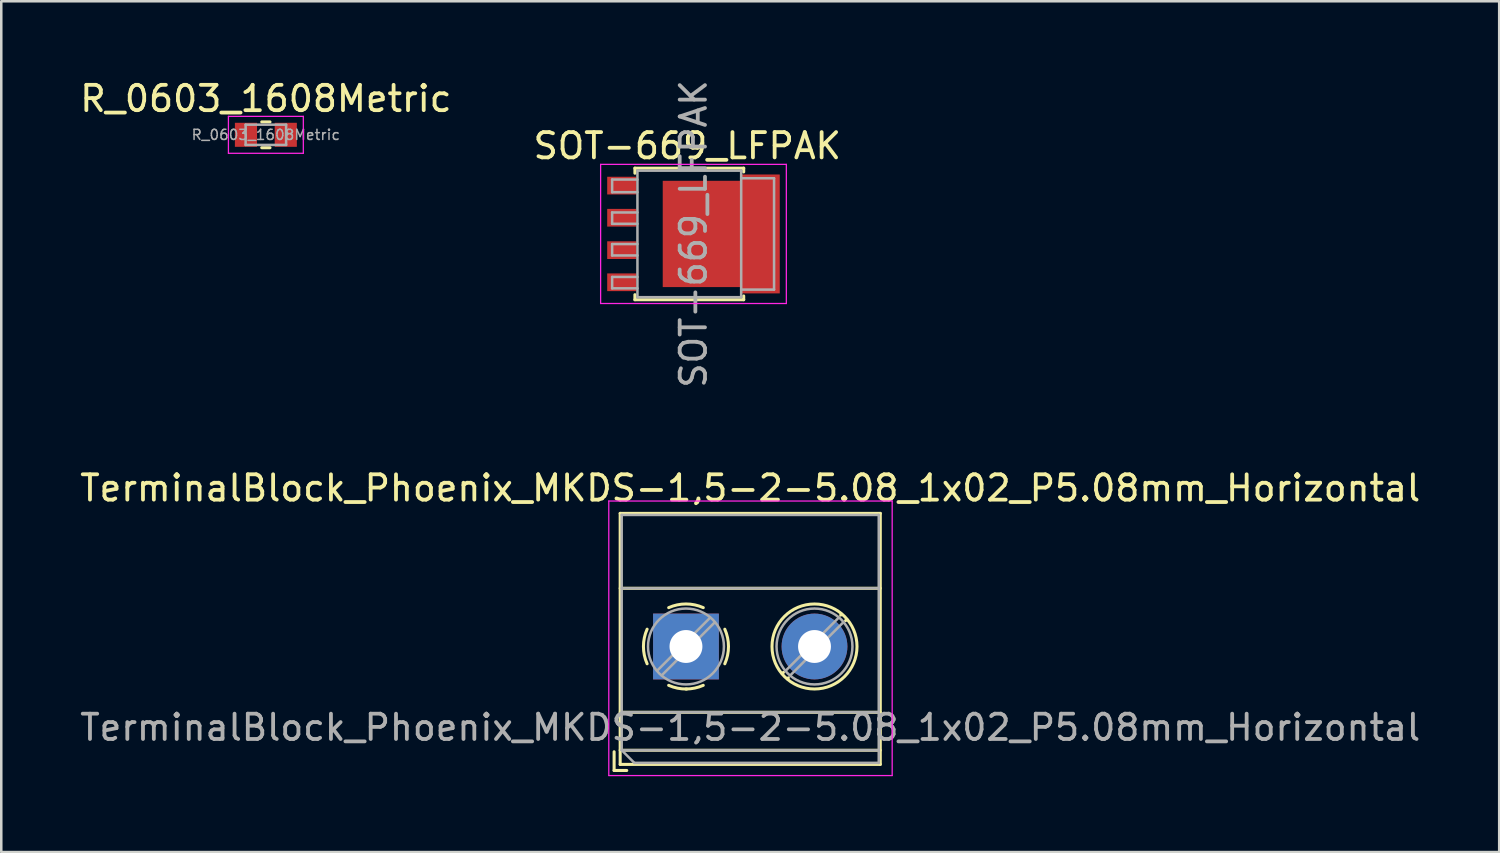
<source format=kicad_pcb>
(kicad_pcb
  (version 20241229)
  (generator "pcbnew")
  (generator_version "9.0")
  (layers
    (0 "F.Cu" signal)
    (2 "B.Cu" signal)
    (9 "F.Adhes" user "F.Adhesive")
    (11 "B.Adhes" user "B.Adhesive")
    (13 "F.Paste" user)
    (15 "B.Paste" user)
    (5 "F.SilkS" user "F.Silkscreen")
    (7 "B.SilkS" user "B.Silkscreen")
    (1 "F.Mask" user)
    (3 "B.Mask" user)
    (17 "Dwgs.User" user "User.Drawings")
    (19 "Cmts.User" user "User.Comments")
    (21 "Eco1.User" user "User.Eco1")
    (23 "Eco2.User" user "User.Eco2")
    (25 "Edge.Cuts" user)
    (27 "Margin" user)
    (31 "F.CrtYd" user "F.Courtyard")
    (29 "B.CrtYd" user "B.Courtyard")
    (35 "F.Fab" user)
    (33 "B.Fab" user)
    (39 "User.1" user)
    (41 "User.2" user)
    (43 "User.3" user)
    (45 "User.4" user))
  (footprint "TerminalBlock_Phoenix_MKDS-1,5-2-5.08_1x02_P5.08mm_Horizontal"
    (layer "F.Cu")
    (at 24.061 22.501)
    (property "Reference" "TerminalBlock_Phoenix_MKDS-1,5-2-5.08_1x02_P5.08mm_Horizontal" (at 2.54 -6.26 0) (layer "F.SilkS") (effects (font (size 1 1) (thickness 0.15))))
    (attr through_hole)
    (fp_line (start -2.84 4.16) (end -2.84 4.9) (stroke (width 0.12) (type solid)) (layer "F.SilkS"))
    (fp_line (start -2.84 4.9) (end -2.34 4.9) (stroke (width 0.12) (type solid)) (layer "F.SilkS"))
    (fp_line (start -2.6 -5.261) (end -2.6 4.66) (stroke (width 0.12) (type solid)) (layer "F.SilkS"))
    (fp_line (start -2.6 -5.261) (end 7.68 -5.261) (stroke (width 0.12) (type solid)) (layer "F.SilkS"))
    (fp_line (start -2.6 -2.301) (end 7.68 -2.301) (stroke (width 0.12) (type solid)) (layer "F.SilkS"))
    (fp_line (start -2.6 2.6) (end 7.68 2.6) (stroke (width 0.12) (type solid)) (layer "F.SilkS"))
    (fp_line (start -2.6 4.1) (end 7.68 4.1) (stroke (width 0.12) (type solid)) (layer "F.SilkS"))
    (fp_line (start -2.6 4.66) (end 7.68 4.66) (stroke (width 0.12) (type solid)) (layer "F.SilkS"))
    (fp_line (start 3.853 1.023) (end 3.806 1.069) (stroke (width 0.12) (type solid)) (layer "F.SilkS"))
    (fp_line (start 4.046 1.239) (end 4.011 1.274) (stroke (width 0.12) (type solid)) (layer "F.SilkS"))
    (fp_line (start 6.15 -1.275) (end 6.115 -1.239) (stroke (width 0.12) (type solid)) (layer "F.SilkS"))
    (fp_line (start 6.355 -1.069) (end 6.308 -1.023) (stroke (width 0.12) (type solid)) (layer "F.SilkS"))
    (fp_line (start 7.68 -5.261) (end 7.68 4.66) (stroke (width 0.12) (type solid)) (layer "F.SilkS"))
    (fp_arc (start -1.535427 0.683042) (mid -1.680501 -0.000524) (end -1.535 -0.684) (stroke (width 0.12) (type solid)) (layer "F.SilkS"))
    (fp_arc (start -0.683042 -1.535427) (mid 0.000524 -1.680501) (end 0.684 -1.535) (stroke (width 0.12) (type solid)) (layer "F.SilkS"))
    (fp_arc (start 0.028805 1.680253) (mid -0.335551 1.646659) (end -0.684 1.535) (stroke (width 0.12) (type solid)) (layer "F.SilkS"))
    (fp_arc (start 0.683318 1.534756) (mid 0.349292 1.643288) (end 0 1.68) (stroke (width 0.12) (type solid)) (layer "F.SilkS"))
    (fp_arc (start 1.535427 -0.683042) (mid 1.680501 0.000524) (end 1.535 0.684) (stroke (width 0.12) (type solid)) (layer "F.SilkS"))
    (fp_circle (center 5.08 0) (end 6.76 0) (stroke (width 0.12) (type solid)) (fill no) (layer "F.SilkS"))
    (fp_line (start -3.05 -5.75) (end -3.05 5.1) (stroke (width 0.05) (type solid)) (layer "F.CrtYd"))
    (fp_line (start -3.05 5.1) (end 8.15 5.1) (stroke (width 0.05) (type solid)) (layer "F.CrtYd"))
    (fp_line (start 8.15 -5.75) (end -3.05 -5.75) (stroke (width 0.05) (type solid)) (layer "F.CrtYd"))
    (fp_line (start 8.15 5.1) (end 8.15 -5.75) (stroke (width 0.05) (type solid)) (layer "F.CrtYd"))
    (fp_line (start -2.54 -5.2) (end 7.62 -5.2) (stroke (width 0.1) (type solid)) (layer "F.Fab"))
    (fp_line (start -2.54 -2.3) (end 7.62 -2.3) (stroke (width 0.1) (type solid)) (layer "F.Fab"))
    (fp_line (start -2.54 2.6) (end 7.62 2.6) (stroke (width 0.1) (type solid)) (layer "F.Fab"))
    (fp_line (start -2.54 4.1) (end -2.54 -5.2) (stroke (width 0.1) (type solid)) (layer "F.Fab"))
    (fp_line (start -2.54 4.1) (end 7.62 4.1) (stroke (width 0.1) (type solid)) (layer "F.Fab"))
    (fp_line (start -2.04 4.6) (end -2.54 4.1) (stroke (width 0.1) (type solid)) (layer "F.Fab"))
    (fp_line (start 0.955 -1.138) (end -1.138 0.955) (stroke (width 0.1) (type solid)) (layer "F.Fab"))
    (fp_line (start 1.138 -0.955) (end -0.955 1.138) (stroke (width 0.1) (type solid)) (layer "F.Fab"))
    (fp_line (start 6.035 -1.138) (end 3.943 0.955) (stroke (width 0.1) (type solid)) (layer "F.Fab"))
    (fp_line (start 6.218 -0.955) (end 4.126 1.138) (stroke (width 0.1) (type solid)) (layer "F.Fab"))
    (fp_line (start 7.62 -5.2) (end 7.62 4.6) (stroke (width 0.1) (type solid)) (layer "F.Fab"))
    (fp_line (start 7.62 4.6) (end -2.04 4.6) (stroke (width 0.1) (type solid)) (layer "F.Fab"))
    (fp_circle (center 0 0) (end 1.5 0) (stroke (width 0.1) (type solid)) (fill no) (layer "F.Fab"))
    (fp_circle (center 5.08 0) (end 6.58 0) (stroke (width 0.1) (type solid)) (fill no) (layer "F.Fab"))
    (fp_text user "${REFERENCE}" (at 2.54 3.2 0) (layer "F.Fab") (effects (font (size 1 1) (thickness 0.15))))
    (pad "1" thru_hole rect (at 0 0) (size 2.6 2.6) (drill 1.3) (layers "*.Cu" "*.Mask"))
    (pad "2" thru_hole circle (at 5.08 0) (size 2.6 2.6) (drill 1.3) (layers "*.Cu" "*.Mask")))
  (footprint "R_0603_1608Metric"
    (layer "F.Cu")
    (at 7.458 2.278)
    (property "Reference" "R_0603_1608Metric" (at 0 -1.43 0) (layer "F.SilkS") (effects (font (size 1 1) (thickness 0.15))))
    (attr smd)
    (fp_line (start -0.163 -0.51) (end 0.163 -0.51) (stroke (width 0.12) (type solid)) (layer "F.SilkS"))
    (fp_line (start -0.163 0.51) (end 0.163 0.51) (stroke (width 0.12) (type solid)) (layer "F.SilkS"))
    (fp_line (start -1.48 -0.73) (end 1.48 -0.73) (stroke (width 0.05) (type solid)) (layer "F.CrtYd"))
    (fp_line (start -1.48 0.73) (end -1.48 -0.73) (stroke (width 0.05) (type solid)) (layer "F.CrtYd"))
    (fp_line (start 1.48 -0.73) (end 1.48 0.73) (stroke (width 0.05) (type solid)) (layer "F.CrtYd"))
    (fp_line (start 1.48 0.73) (end -1.48 0.73) (stroke (width 0.05) (type solid)) (layer "F.CrtYd"))
    (fp_line (start -0.8 -0.4) (end 0.8 -0.4) (stroke (width 0.1) (type solid)) (layer "F.Fab"))
    (fp_line (start -0.8 0.4) (end -0.8 -0.4) (stroke (width 0.1) (type solid)) (layer "F.Fab"))
    (fp_line (start 0.8 -0.4) (end 0.8 0.4) (stroke (width 0.1) (type solid)) (layer "F.Fab"))
    (fp_line (start 0.8 0.4) (end -0.8 0.4) (stroke (width 0.1) (type solid)) (layer "F.Fab"))
    (fp_text user "${REFERENCE}" (at 0 0 0) (layer "F.Fab") (effects (font (size 0.4 0.4) (thickness 0.06))))
    (pad "1" smd rect (at -0.787 0) (size 0.875 0.95) (layers "F.Cu" "F.Mask" "F.Paste"))
    (pad "2" smd rect (at 0.787 0) (size 0.875 0.95) (layers "F.Cu" "F.Mask" "F.Paste")))
  (footprint "SOT-669_LFPAK"
    (layer "F.Cu")
    (at 24.358 6.196)
    (property "Reference" "SOT-669_LFPAK" (at -0.245 -3.48 0) (layer "F.SilkS") (effects (font (size 1 1) (thickness 0.15))))
    (attr smd)
    (fp_line (start -2.315 -2.6) (end -2.315 -2.4) (stroke (width 0.12) (type solid)) (layer "F.SilkS"))
    (fp_line (start -2.315 2.4) (end -2.315 2.6) (stroke (width 0.12) (type solid)) (layer "F.SilkS"))
    (fp_line (start -2.315 2.6) (end 1.985 2.6) (stroke (width 0.12) (type solid)) (layer "F.SilkS"))
    (fp_line (start 1.985 -2.6) (end -2.315 -2.6) (stroke (width 0.12) (type solid)) (layer "F.SilkS"))
    (fp_line (start 1.985 -2.45) (end 1.985 -2.6) (stroke (width 0.12) (type solid)) (layer "F.SilkS"))
    (fp_line (start 1.985 2.6) (end 1.985 2.45) (stroke (width 0.12) (type solid)) (layer "F.SilkS"))
    (fp_line (start -3.67 2.75) (end -3.67 -2.75) (stroke (width 0.05) (type solid)) (layer "F.CrtYd"))
    (fp_line (start -3.67 2.75) (end 3.67 2.75) (stroke (width 0.05) (type solid)) (layer "F.CrtYd"))
    (fp_line (start 3.67 -2.75) (end -3.67 -2.75) (stroke (width 0.05) (type solid)) (layer "F.CrtYd"))
    (fp_line (start 3.67 -2.75) (end 3.67 2.75) (stroke (width 0.05) (type solid)) (layer "F.CrtYd"))
    (fp_line (start -3.215 -2.15) (end -3.215 -1.65) (stroke (width 0.1) (type solid)) (layer "F.Fab"))
    (fp_line (start -3.215 -2.15) (end -2.215 -2.15) (stroke (width 0.1) (type solid)) (layer "F.Fab"))
    (fp_line (start -3.215 -1.65) (end -2.215 -1.65) (stroke (width 0.1) (type solid)) (layer "F.Fab"))
    (fp_line (start -3.215 -0.85) (end -3.215 -0.4) (stroke (width 0.1) (type solid)) (layer "F.Fab"))
    (fp_line (start -3.215 -0.4) (end -2.215 -0.4) (stroke (width 0.1) (type solid)) (layer "F.Fab"))
    (fp_line (start -3.215 0.4) (end -3.215 0.85) (stroke (width 0.1) (type solid)) (layer "F.Fab"))
    (fp_line (start -3.215 0.85) (end -2.215 0.85) (stroke (width 0.1) (type solid)) (layer "F.Fab"))
    (fp_line (start -3.215 1.7) (end -3.215 2.15) (stroke (width 0.1) (type solid)) (layer "F.Fab"))
    (fp_line (start -3.215 2.15) (end -2.215 2.15) (stroke (width 0.1) (type solid)) (layer "F.Fab"))
    (fp_line (start -2.215 -2.5) (end -2.215 2.5) (stroke (width 0.1) (type solid)) (layer "F.Fab"))
    (fp_line (start -2.215 -0.85) (end -3.215 -0.85) (stroke (width 0.1) (type solid)) (layer "F.Fab"))
    (fp_line (start -2.215 0.4) (end -3.215 0.4) (stroke (width 0.1) (type solid)) (layer "F.Fab"))
    (fp_line (start -2.215 1.7) (end -3.215 1.7) (stroke (width 0.1) (type solid)) (layer "F.Fab"))
    (fp_line (start -2.215 2.5) (end 1.885 2.5) (stroke (width 0.1) (type solid)) (layer "F.Fab"))
    (fp_line (start 1.885 -2.5) (end -2.215 -2.5) (stroke (width 0.1) (type solid)) (layer "F.Fab"))
    (fp_line (start 1.885 2.5) (end 1.885 -2.5) (stroke (width 0.1) (type solid)) (layer "F.Fab"))
    (fp_line (start 3.185 -2.2) (end 1.885 -2.2) (stroke (width 0.1) (type solid)) (layer "F.Fab"))
    (fp_line (start 3.185 -2.2) (end 3.185 2.2) (stroke (width 0.1) (type solid)) (layer "F.Fab"))
    (fp_line (start 3.185 2.2) (end 1.885 2.2) (stroke (width 0.1) (type solid)) (layer "F.Fab"))
    (fp_text user "${REFERENCE}" (at 0 0 90) (layer "F.Fab") (effects (font (size 1 1) (thickness 0.15))))
    (pad "" smd rect (at -0.665 -1.15) (size 0.6 0.9) (layers "F.Paste"))
    (pad "" smd rect (at -0.665 0) (size 0.6 0.9) (layers "F.Paste"))
    (pad "" smd rect (at -0.665 1.15) (size 0.6 0.9) (layers "F.Paste"))
    (pad "" smd rect (at 0.185 -1.15) (size 0.6 0.9) (layers "F.Paste"))
    (pad "" smd rect (at 0.185 0) (size 0.6 0.9) (layers "F.Paste"))
    (pad "" smd rect (at 0.185 1.15) (size 0.6 0.9) (layers "F.Paste"))
    (pad "" smd rect (at 1.035 -1.15) (size 0.6 0.9) (layers "F.Paste"))
    (pad "" smd rect (at 1.035 0) (size 0.6 0.9) (layers "F.Paste"))
    (pad "" smd rect (at 1.035 1.15) (size 0.6 0.9) (layers "F.Paste"))
    (pad "" smd rect (at 2.885 -1.88 270) (size 0.6 0.9) (layers "F.Paste"))
    (pad "" smd rect (at 2.885 -0.6 270) (size 0.6 0.9) (layers "F.Paste"))
    (pad "" smd rect (at 2.885 0.6 270) (size 0.6 0.9) (layers "F.Paste"))
    (pad "" smd rect (at 2.885 1.88 270) (size 0.6 0.9) (layers "F.Paste"))
    (pad "D" smd rect (at 0.435 0 270) (size 4.2 3.3) (layers "F.Cu" "F.Mask"))
    (pad "D" smd rect (at 2.635 0 270) (size 4.7 1.55) (layers "F.Cu" "F.Mask"))
    (pad "G" smd rect (at -2.835 1.91 270) (size 0.7 1.15) (layers "F.Cu" "F.Mask" "F.Paste"))
    (pad "S" smd rect (at -2.835 -1.91 270) (size 0.7 1.15) (layers "F.Cu" "F.Mask" "F.Paste"))
    (pad "S" smd rect (at -2.835 -0.64 270) (size 0.7 1.15) (layers "F.Cu" "F.Mask" "F.Paste"))
    (pad "S" smd rect (at -2.835 0.64 270) (size 0.7 1.15) (layers "F.Cu" "F.Mask" "F.Paste")))
  (gr_rect
    (start -3 -3)
    (end 56.202 30.626)
    (stroke (width 0.1) (type default))
    (fill no)
    (layer "Edge.Cuts")))
</source>
